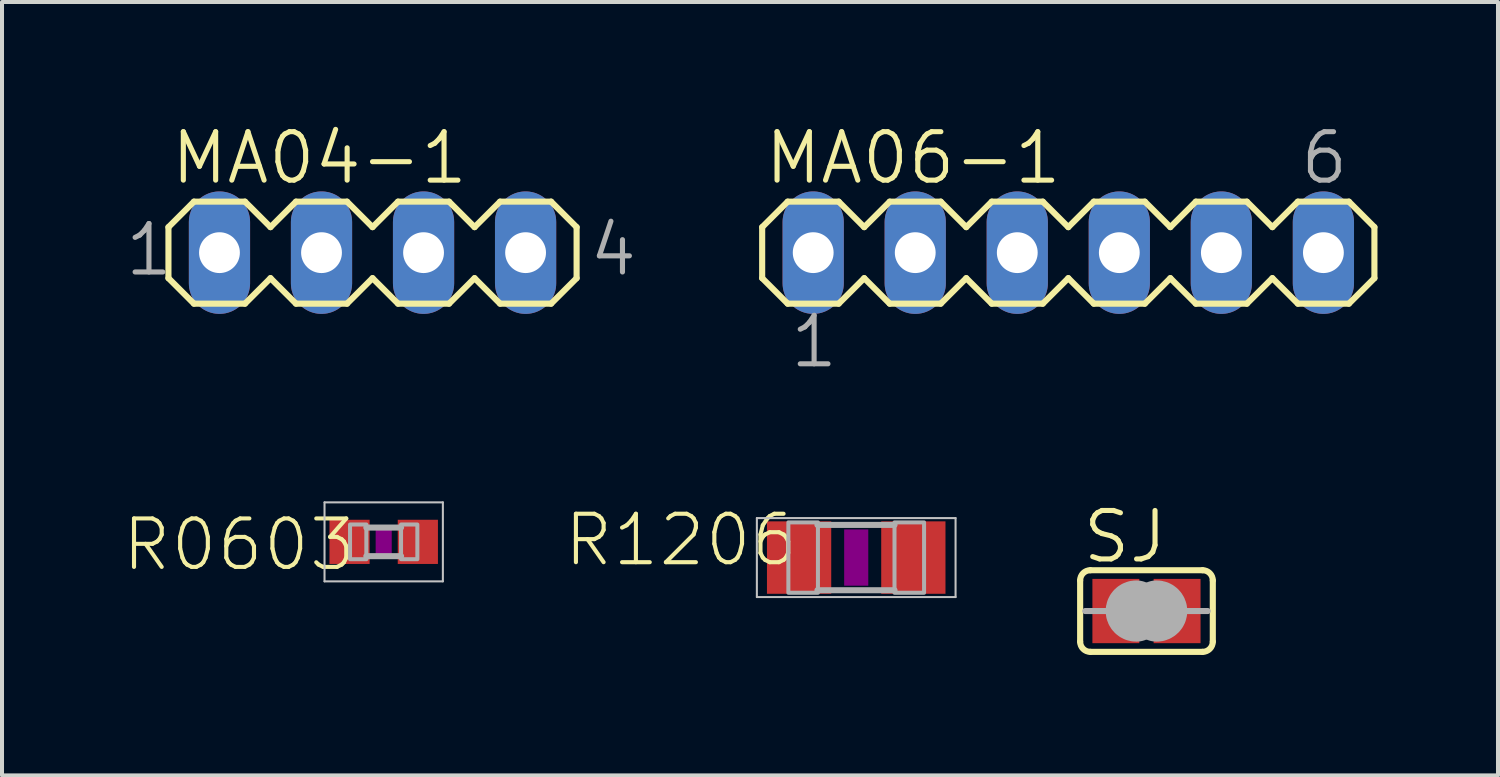
<source format=kicad_pcb>
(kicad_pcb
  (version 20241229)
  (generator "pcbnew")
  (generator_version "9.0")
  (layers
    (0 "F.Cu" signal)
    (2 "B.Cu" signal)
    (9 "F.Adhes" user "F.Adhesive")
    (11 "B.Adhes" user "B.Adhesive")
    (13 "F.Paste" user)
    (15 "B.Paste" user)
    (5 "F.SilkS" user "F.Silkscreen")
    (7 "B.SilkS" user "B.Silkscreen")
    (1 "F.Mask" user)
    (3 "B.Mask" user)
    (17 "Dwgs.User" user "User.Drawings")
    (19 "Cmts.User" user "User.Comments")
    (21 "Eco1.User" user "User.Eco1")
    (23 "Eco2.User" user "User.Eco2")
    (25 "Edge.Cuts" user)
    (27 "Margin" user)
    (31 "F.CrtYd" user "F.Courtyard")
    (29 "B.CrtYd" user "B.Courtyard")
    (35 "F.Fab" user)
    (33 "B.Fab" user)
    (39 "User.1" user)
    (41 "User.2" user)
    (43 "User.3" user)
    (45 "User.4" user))
  (footprint "MA06-1"
    (layer "F.Cu")
    (at 23.542 3.239)
    (property "Reference" "MA06-1" (at -7.62 -1.651 0) (layer "F.SilkS") (effects (font (size 1.206 1.206) (thickness 0.127)) (justify left bottom)))
    (attr through_hole)
    (fp_line (start -7.62 -0.635) (end -7.62 0.635) (stroke (width 0.152) (type solid)) (layer "F.SilkS"))
    (fp_line (start -7.62 0.635) (end -6.985 1.27) (stroke (width 0.152) (type solid)) (layer "F.SilkS"))
    (fp_line (start -6.985 -1.27) (end -7.62 -0.635) (stroke (width 0.152) (type solid)) (layer "F.SilkS"))
    (fp_line (start -6.985 -1.27) (end -5.715 -1.27) (stroke (width 0.152) (type solid)) (layer "F.SilkS"))
    (fp_line (start -5.715 -1.27) (end -5.08 -0.635) (stroke (width 0.152) (type solid)) (layer "F.SilkS"))
    (fp_line (start -5.715 1.27) (end -6.985 1.27) (stroke (width 0.152) (type solid)) (layer "F.SilkS"))
    (fp_line (start -5.08 -0.635) (end -4.445 -1.27) (stroke (width 0.152) (type solid)) (layer "F.SilkS"))
    (fp_line (start -5.08 0.635) (end -5.715 1.27) (stroke (width 0.152) (type solid)) (layer "F.SilkS"))
    (fp_line (start -4.445 -1.27) (end -3.175 -1.27) (stroke (width 0.152) (type solid)) (layer "F.SilkS"))
    (fp_line (start -4.445 1.27) (end -5.08 0.635) (stroke (width 0.152) (type solid)) (layer "F.SilkS"))
    (fp_line (start -3.175 -1.27) (end -2.54 -0.635) (stroke (width 0.152) (type solid)) (layer "F.SilkS"))
    (fp_line (start -3.175 1.27) (end -4.445 1.27) (stroke (width 0.152) (type solid)) (layer "F.SilkS"))
    (fp_line (start -2.54 -0.635) (end -1.905 -1.27) (stroke (width 0.152) (type solid)) (layer "F.SilkS"))
    (fp_line (start -2.54 0.635) (end -3.175 1.27) (stroke (width 0.152) (type solid)) (layer "F.SilkS"))
    (fp_line (start -1.905 -1.27) (end -0.635 -1.27) (stroke (width 0.152) (type solid)) (layer "F.SilkS"))
    (fp_line (start -1.905 1.27) (end -2.54 0.635) (stroke (width 0.152) (type solid)) (layer "F.SilkS"))
    (fp_line (start -0.635 -1.27) (end 0 -0.635) (stroke (width 0.152) (type solid)) (layer "F.SilkS"))
    (fp_line (start -0.635 1.27) (end -1.905 1.27) (stroke (width 0.152) (type solid)) (layer "F.SilkS"))
    (fp_line (start 0 0.635) (end -0.635 1.27) (stroke (width 0.152) (type solid)) (layer "F.SilkS"))
    (fp_line (start 0 0.635) (end 0.635 1.27) (stroke (width 0.152) (type solid)) (layer "F.SilkS"))
    (fp_line (start 0.635 -1.27) (end 0 -0.635) (stroke (width 0.152) (type solid)) (layer "F.SilkS"))
    (fp_line (start 0.635 -1.27) (end 1.905 -1.27) (stroke (width 0.152) (type solid)) (layer "F.SilkS"))
    (fp_line (start 1.905 -1.27) (end 2.54 -0.635) (stroke (width 0.152) (type solid)) (layer "F.SilkS"))
    (fp_line (start 1.905 1.27) (end 0.635 1.27) (stroke (width 0.152) (type solid)) (layer "F.SilkS"))
    (fp_line (start 2.54 -0.635) (end 3.175 -1.27) (stroke (width 0.152) (type solid)) (layer "F.SilkS"))
    (fp_line (start 2.54 0.635) (end 1.905 1.27) (stroke (width 0.152) (type solid)) (layer "F.SilkS"))
    (fp_line (start 3.175 -1.27) (end 4.445 -1.27) (stroke (width 0.152) (type solid)) (layer "F.SilkS"))
    (fp_line (start 3.175 1.27) (end 2.54 0.635) (stroke (width 0.152) (type solid)) (layer "F.SilkS"))
    (fp_line (start 4.445 -1.27) (end 5.08 -0.635) (stroke (width 0.152) (type solid)) (layer "F.SilkS"))
    (fp_line (start 4.445 1.27) (end 3.175 1.27) (stroke (width 0.152) (type solid)) (layer "F.SilkS"))
    (fp_line (start 5.08 -0.635) (end 5.715 -1.27) (stroke (width 0.152) (type solid)) (layer "F.SilkS"))
    (fp_line (start 5.08 0.635) (end 4.445 1.27) (stroke (width 0.152) (type solid)) (layer "F.SilkS"))
    (fp_line (start 5.715 -1.27) (end 6.985 -1.27) (stroke (width 0.152) (type solid)) (layer "F.SilkS"))
    (fp_line (start 5.715 1.27) (end 5.08 0.635) (stroke (width 0.152) (type solid)) (layer "F.SilkS"))
    (fp_line (start 6.985 -1.27) (end 7.62 -0.635) (stroke (width 0.152) (type solid)) (layer "F.SilkS"))
    (fp_line (start 6.985 1.27) (end 5.715 1.27) (stroke (width 0.152) (type solid)) (layer "F.SilkS"))
    (fp_line (start 7.62 -0.635) (end 7.62 0.635) (stroke (width 0.152) (type solid)) (layer "F.SilkS"))
    (fp_line (start 7.62 0.635) (end 6.985 1.27) (stroke (width 0.152) (type solid)) (layer "F.SilkS"))
    (fp_poly (pts (xy -6.604 0.254) (xy -6.096 0.254) (xy -6.096 -0.254) (xy -6.604 -0.254)) (stroke (width 0.1) (type solid)) (fill no) (layer "F.Fab"))
    (fp_poly (pts (xy -4.064 0.254) (xy -3.556 0.254) (xy -3.556 -0.254) (xy -4.064 -0.254)) (stroke (width 0.1) (type solid)) (fill no) (layer "F.Fab"))
    (fp_poly (pts (xy -1.524 0.254) (xy -1.016 0.254) (xy -1.016 -0.254) (xy -1.524 -0.254)) (stroke (width 0.1) (type solid)) (fill no) (layer "F.Fab"))
    (fp_poly (pts (xy 1.016 0.254) (xy 1.524 0.254) (xy 1.524 -0.254) (xy 1.016 -0.254)) (stroke (width 0.1) (type solid)) (fill no) (layer "F.Fab"))
    (fp_poly (pts (xy 3.556 0.254) (xy 4.064 0.254) (xy 4.064 -0.254) (xy 3.556 -0.254)) (stroke (width 0.1) (type solid)) (fill no) (layer "F.Fab"))
    (fp_poly (pts (xy 6.096 0.254) (xy 6.604 0.254) (xy 6.604 -0.254) (xy 6.096 -0.254)) (stroke (width 0.1) (type solid)) (fill no) (layer "F.Fab"))
    (fp_text user "6" (at 5.715 -1.651 0) (layer "F.Fab") (effects (font (size 1.206 1.206) (thickness 0.127)) (justify left bottom)))
    (fp_text user "1" (at -6.985 2.921 0) (layer "F.Fab") (effects (font (size 1.206 1.206) (thickness 0.127)) (justify left bottom)))
    (pad "1" thru_hole oval (at -6.35 0 90) (size 3.048 1.524) (drill 1.016) (layers "*.Cu" "*.Mask"))
    (pad "2" thru_hole oval (at -3.81 0 90) (size 3.048 1.524) (drill 1.016) (layers "*.Cu" "*.Mask"))
    (pad "3" thru_hole oval (at -1.27 0 90) (size 3.048 1.524) (drill 1.016) (layers "*.Cu" "*.Mask"))
    (pad "4" thru_hole oval (at 1.27 0 90) (size 3.048 1.524) (drill 1.016) (layers "*.Cu" "*.Mask"))
    (pad "5" thru_hole oval (at 3.81 0 90) (size 3.048 1.524) (drill 1.016) (layers "*.Cu" "*.Mask"))
    (pad "6" thru_hole oval (at 6.35 0 90) (size 3.048 1.524) (drill 1.016) (layers "*.Cu" "*.Mask")))
  (footprint "SJ"
    (layer "F.Cu")
    (at 25.488 12.16)
    (property "Reference" "SJ" (at -1.651 -1.143 0) (layer "F.SilkS") (effects (font (size 1.206 1.206) (thickness 0.127)) (justify left bottom)))
    (attr through_hole)
    (fp_poly (pts (xy -0.076 0.914) (xy 0.076 0.914) (xy 0.076 -0.914) (xy -0.076 -0.914)) (stroke (width 0) (type solid)) (fill yes) (layer "F.Mask"))
    (fp_line (start -1.651 0.762) (end -1.651 -0.762) (stroke (width 0.152) (type solid)) (layer "F.SilkS"))
    (fp_line (start -1.397 -1.016) (end 1.397 -1.016) (stroke (width 0.152) (type solid)) (layer "F.SilkS"))
    (fp_line (start 1.397 1.016) (end -1.397 1.016) (stroke (width 0.152) (type solid)) (layer "F.SilkS"))
    (fp_line (start 1.651 0.762) (end 1.651 -0.762) (stroke (width 0.152) (type solid)) (layer "F.SilkS"))
    (fp_arc (start -1.651 -0.762) (mid -1.576605 -0.941605) (end -1.397 -1.016) (stroke (width 0.1524) (type solid)) (layer "F.SilkS"))
    (fp_arc (start -1.397 1.016) (mid -1.576605 0.941605) (end -1.651 0.762) (stroke (width 0.1524) (type solid)) (layer "F.SilkS"))
    (fp_arc (start 1.397 -1.016) (mid 1.576605 -0.941605) (end 1.651 -0.762) (stroke (width 0.1524) (type solid)) (layer "F.SilkS"))
    (fp_arc (start 1.651 0.762) (mid 1.576605 0.941605) (end 1.397 1.016) (stroke (width 0.1524) (type solid)) (layer "F.SilkS"))
    (fp_line (start -1.016 0) (end -1.524 0) (stroke (width 0.152) (type solid)) (layer "F.Fab"))
    (fp_line (start 1.016 0) (end 1.524 0) (stroke (width 0.152) (type solid)) (layer "F.Fab"))
    (fp_arc (start -0.254 0.127) (mid -0.381 0) (end -0.254 -0.127) (stroke (width 1.27) (type solid)) (layer "F.Fab"))
    (fp_arc (start 0.254 -0.127) (mid 0.381 0) (end 0.254 0.127) (stroke (width 1.27) (type solid)) (layer "F.Fab"))
    (pad "1" smd rect (at -0.762 0) (size 1.168 1.6) (layers "F.Cu" "F.Mask" "F.Paste"))
    (pad "2" smd rect (at 0.762 0) (size 1.168 1.6) (layers "F.Cu" "F.Mask" "F.Paste")))
  (footprint "R1206"
    (layer "F.Cu")
    (at 18.263 10.829)
    (property "Reference" "R1206" (at -1.397 -1.143 0) (layer "F.SilkS") (effects (font (size 1.206 1.206) (thickness 0.102)) (justify right top)))
    (attr through_hole)
    (fp_poly (pts (xy -0.3 0.7) (xy 0.3 0.7) (xy 0.3 -0.7) (xy -0.3 -0.7)) (stroke (width 0) (type solid)) (fill yes) (layer "F.Adhes"))
    (fp_line (start -2.473 -0.983) (end 2.473 -0.983) (stroke (width 0.051) (type solid)) (layer "Dwgs.User"))
    (fp_line (start -2.473 0.983) (end -2.473 -0.983) (stroke (width 0.051) (type solid)) (layer "Dwgs.User"))
    (fp_line (start 2.473 -0.983) (end 2.473 0.983) (stroke (width 0.051) (type solid)) (layer "Dwgs.User"))
    (fp_line (start 2.473 0.983) (end -2.473 0.983) (stroke (width 0.051) (type solid)) (layer "Dwgs.User"))
    (fp_line (start 0.953 -0.813) (end -0.965 -0.813) (stroke (width 0.152) (type solid)) (layer "F.Fab"))
    (fp_line (start 0.953 0.813) (end -0.965 0.813) (stroke (width 0.152) (type solid)) (layer "F.Fab"))
    (fp_poly (pts (xy -1.689 0.876) (xy -0.953 0.876) (xy -0.953 -0.876) (xy -1.689 -0.876)) (stroke (width 0.1) (type solid)) (fill no) (layer "F.Fab"))
    (fp_poly (pts (xy 0.953 0.876) (xy 1.689 0.876) (xy 1.689 -0.876) (xy 0.953 -0.876)) (stroke (width 0.1) (type solid)) (fill no) (layer "F.Fab"))
    (pad "1" smd rect (at -1.422 0) (size 1.6 1.803) (layers "F.Cu" "F.Mask" "F.Paste"))
    (pad "2" smd rect (at 1.422 0) (size 1.6 1.803) (layers "F.Cu" "F.Mask" "F.Paste")))
  (footprint "MA04-1"
    (layer "F.Cu")
    (at 6.223 3.239)
    (property "Reference" "MA04-1" (at -5.08 -1.651 0) (layer "F.SilkS") (effects (font (size 1.206 1.206) (thickness 0.127)) (justify left bottom)))
    (attr through_hole)
    (fp_line (start -5.08 -0.635) (end -5.08 0.635) (stroke (width 0.152) (type solid)) (layer "F.SilkS"))
    (fp_line (start -5.08 0.635) (end -4.445 1.27) (stroke (width 0.152) (type solid)) (layer "F.SilkS"))
    (fp_line (start -4.445 -1.27) (end -5.08 -0.635) (stroke (width 0.152) (type solid)) (layer "F.SilkS"))
    (fp_line (start -4.445 -1.27) (end -3.175 -1.27) (stroke (width 0.152) (type solid)) (layer "F.SilkS"))
    (fp_line (start -3.175 -1.27) (end -2.54 -0.635) (stroke (width 0.152) (type solid)) (layer "F.SilkS"))
    (fp_line (start -3.175 1.27) (end -4.445 1.27) (stroke (width 0.152) (type solid)) (layer "F.SilkS"))
    (fp_line (start -2.54 -0.635) (end -1.905 -1.27) (stroke (width 0.152) (type solid)) (layer "F.SilkS"))
    (fp_line (start -2.54 0.635) (end -3.175 1.27) (stroke (width 0.152) (type solid)) (layer "F.SilkS"))
    (fp_line (start -1.905 -1.27) (end -0.635 -1.27) (stroke (width 0.152) (type solid)) (layer "F.SilkS"))
    (fp_line (start -1.905 1.27) (end -2.54 0.635) (stroke (width 0.152) (type solid)) (layer "F.SilkS"))
    (fp_line (start -0.635 -1.27) (end 0 -0.635) (stroke (width 0.152) (type solid)) (layer "F.SilkS"))
    (fp_line (start -0.635 1.27) (end -1.905 1.27) (stroke (width 0.152) (type solid)) (layer "F.SilkS"))
    (fp_line (start 0 -0.635) (end 0.635 -1.27) (stroke (width 0.152) (type solid)) (layer "F.SilkS"))
    (fp_line (start 0 0.635) (end -0.635 1.27) (stroke (width 0.152) (type solid)) (layer "F.SilkS"))
    (fp_line (start 0.635 -1.27) (end 1.905 -1.27) (stroke (width 0.152) (type solid)) (layer "F.SilkS"))
    (fp_line (start 0.635 1.27) (end 0 0.635) (stroke (width 0.152) (type solid)) (layer "F.SilkS"))
    (fp_line (start 1.905 -1.27) (end 2.54 -0.635) (stroke (width 0.152) (type solid)) (layer "F.SilkS"))
    (fp_line (start 1.905 1.27) (end 0.635 1.27) (stroke (width 0.152) (type solid)) (layer "F.SilkS"))
    (fp_line (start 2.54 0.635) (end 1.905 1.27) (stroke (width 0.152) (type solid)) (layer "F.SilkS"))
    (fp_line (start 2.54 0.635) (end 3.175 1.27) (stroke (width 0.152) (type solid)) (layer "F.SilkS"))
    (fp_line (start 3.175 -1.27) (end 2.54 -0.635) (stroke (width 0.152) (type solid)) (layer "F.SilkS"))
    (fp_line (start 3.175 -1.27) (end 4.445 -1.27) (stroke (width 0.152) (type solid)) (layer "F.SilkS"))
    (fp_line (start 4.445 -1.27) (end 5.08 -0.635) (stroke (width 0.152) (type solid)) (layer "F.SilkS"))
    (fp_line (start 4.445 1.27) (end 3.175 1.27) (stroke (width 0.152) (type solid)) (layer "F.SilkS"))
    (fp_line (start 5.08 -0.635) (end 5.08 0.635) (stroke (width 0.152) (type solid)) (layer "F.SilkS"))
    (fp_line (start 5.08 0.635) (end 4.445 1.27) (stroke (width 0.152) (type solid)) (layer "F.SilkS"))
    (fp_poly (pts (xy -4.064 0.254) (xy -3.556 0.254) (xy -3.556 -0.254) (xy -4.064 -0.254)) (stroke (width 0.1) (type solid)) (fill no) (layer "F.Fab"))
    (fp_poly (pts (xy -1.524 0.254) (xy -1.016 0.254) (xy -1.016 -0.254) (xy -1.524 -0.254)) (stroke (width 0.1) (type solid)) (fill no) (layer "F.Fab"))
    (fp_poly (pts (xy 1.016 0.254) (xy 1.524 0.254) (xy 1.524 -0.254) (xy 1.016 -0.254)) (stroke (width 0.1) (type solid)) (fill no) (layer "F.Fab"))
    (fp_poly (pts (xy 3.556 0.254) (xy 4.064 0.254) (xy 4.064 -0.254) (xy 3.556 -0.254)) (stroke (width 0.1) (type solid)) (fill no) (layer "F.Fab"))
    (fp_text user "4" (at 5.334 0.635 0) (layer "F.Fab") (effects (font (size 1.206 1.206) (thickness 0.127)) (justify left bottom)))
    (fp_text user "1" (at -6.223 0.635 0) (layer "F.Fab") (effects (font (size 1.206 1.206) (thickness 0.127)) (justify left bottom)))
    (pad "1" thru_hole oval (at -3.81 0 90) (size 3.048 1.524) (drill 1.016) (layers "*.Cu" "*.Mask"))
    (pad "2" thru_hole oval (at -1.27 0 90) (size 3.048 1.524) (drill 1.016) (layers "*.Cu" "*.Mask"))
    (pad "3" thru_hole oval (at 1.27 0 90) (size 3.048 1.524) (drill 1.016) (layers "*.Cu" "*.Mask"))
    (pad "4" thru_hole oval (at 3.81 0 90) (size 3.048 1.524) (drill 1.016) (layers "*.Cu" "*.Mask")))
  (footprint "R0603"
    (layer "F.Cu")
    (at 6.501 10.438)
    (property "Reference" "R0603" (at -0.635 -0.635 0) (layer "F.SilkS") (effects (font (size 1.206 1.206) (thickness 0.102)) (justify right top)))
    (attr through_hole)
    (fp_poly (pts (xy -0.2 0.4) (xy 0.2 0.4) (xy 0.2 -0.4) (xy -0.2 -0.4)) (stroke (width 0) (type solid)) (fill yes) (layer "F.Adhes"))
    (fp_line (start -1.473 -0.983) (end 1.473 -0.983) (stroke (width 0.051) (type solid)) (layer "Dwgs.User"))
    (fp_line (start -1.473 0.983) (end -1.473 -0.983) (stroke (width 0.051) (type solid)) (layer "Dwgs.User"))
    (fp_line (start 1.473 -0.983) (end 1.473 0.983) (stroke (width 0.051) (type solid)) (layer "Dwgs.User"))
    (fp_line (start 1.473 0.983) (end -1.473 0.983) (stroke (width 0.051) (type solid)) (layer "Dwgs.User"))
    (fp_line (start -0.432 0.356) (end 0.432 0.356) (stroke (width 0.152) (type solid)) (layer "F.Fab"))
    (fp_line (start 0.432 -0.356) (end -0.432 -0.356) (stroke (width 0.152) (type solid)) (layer "F.Fab"))
    (fp_poly (pts (xy -0.838 0.432) (xy -0.432 0.432) (xy -0.432 -0.432) (xy -0.838 -0.432)) (stroke (width 0.1) (type solid)) (fill no) (layer "F.Fab"))
    (fp_poly (pts (xy 0.432 0.432) (xy 0.838 0.432) (xy 0.838 -0.432) (xy 0.432 -0.432)) (stroke (width 0.1) (type solid)) (fill no) (layer "F.Fab"))
    (pad "1" smd rect (at -0.85 0) (size 1 1.1) (layers "F.Cu" "F.Mask" "F.Paste"))
    (pad "2" smd rect (at 0.85 0) (size 1 1.1) (layers "F.Cu" "F.Mask" "F.Paste")))
  (gr_rect
    (start -3 -3)
    (end 34.238 16.252)
    (stroke (width 0.1) (type default))
    (fill no)
    (layer "Edge.Cuts")))
</source>
